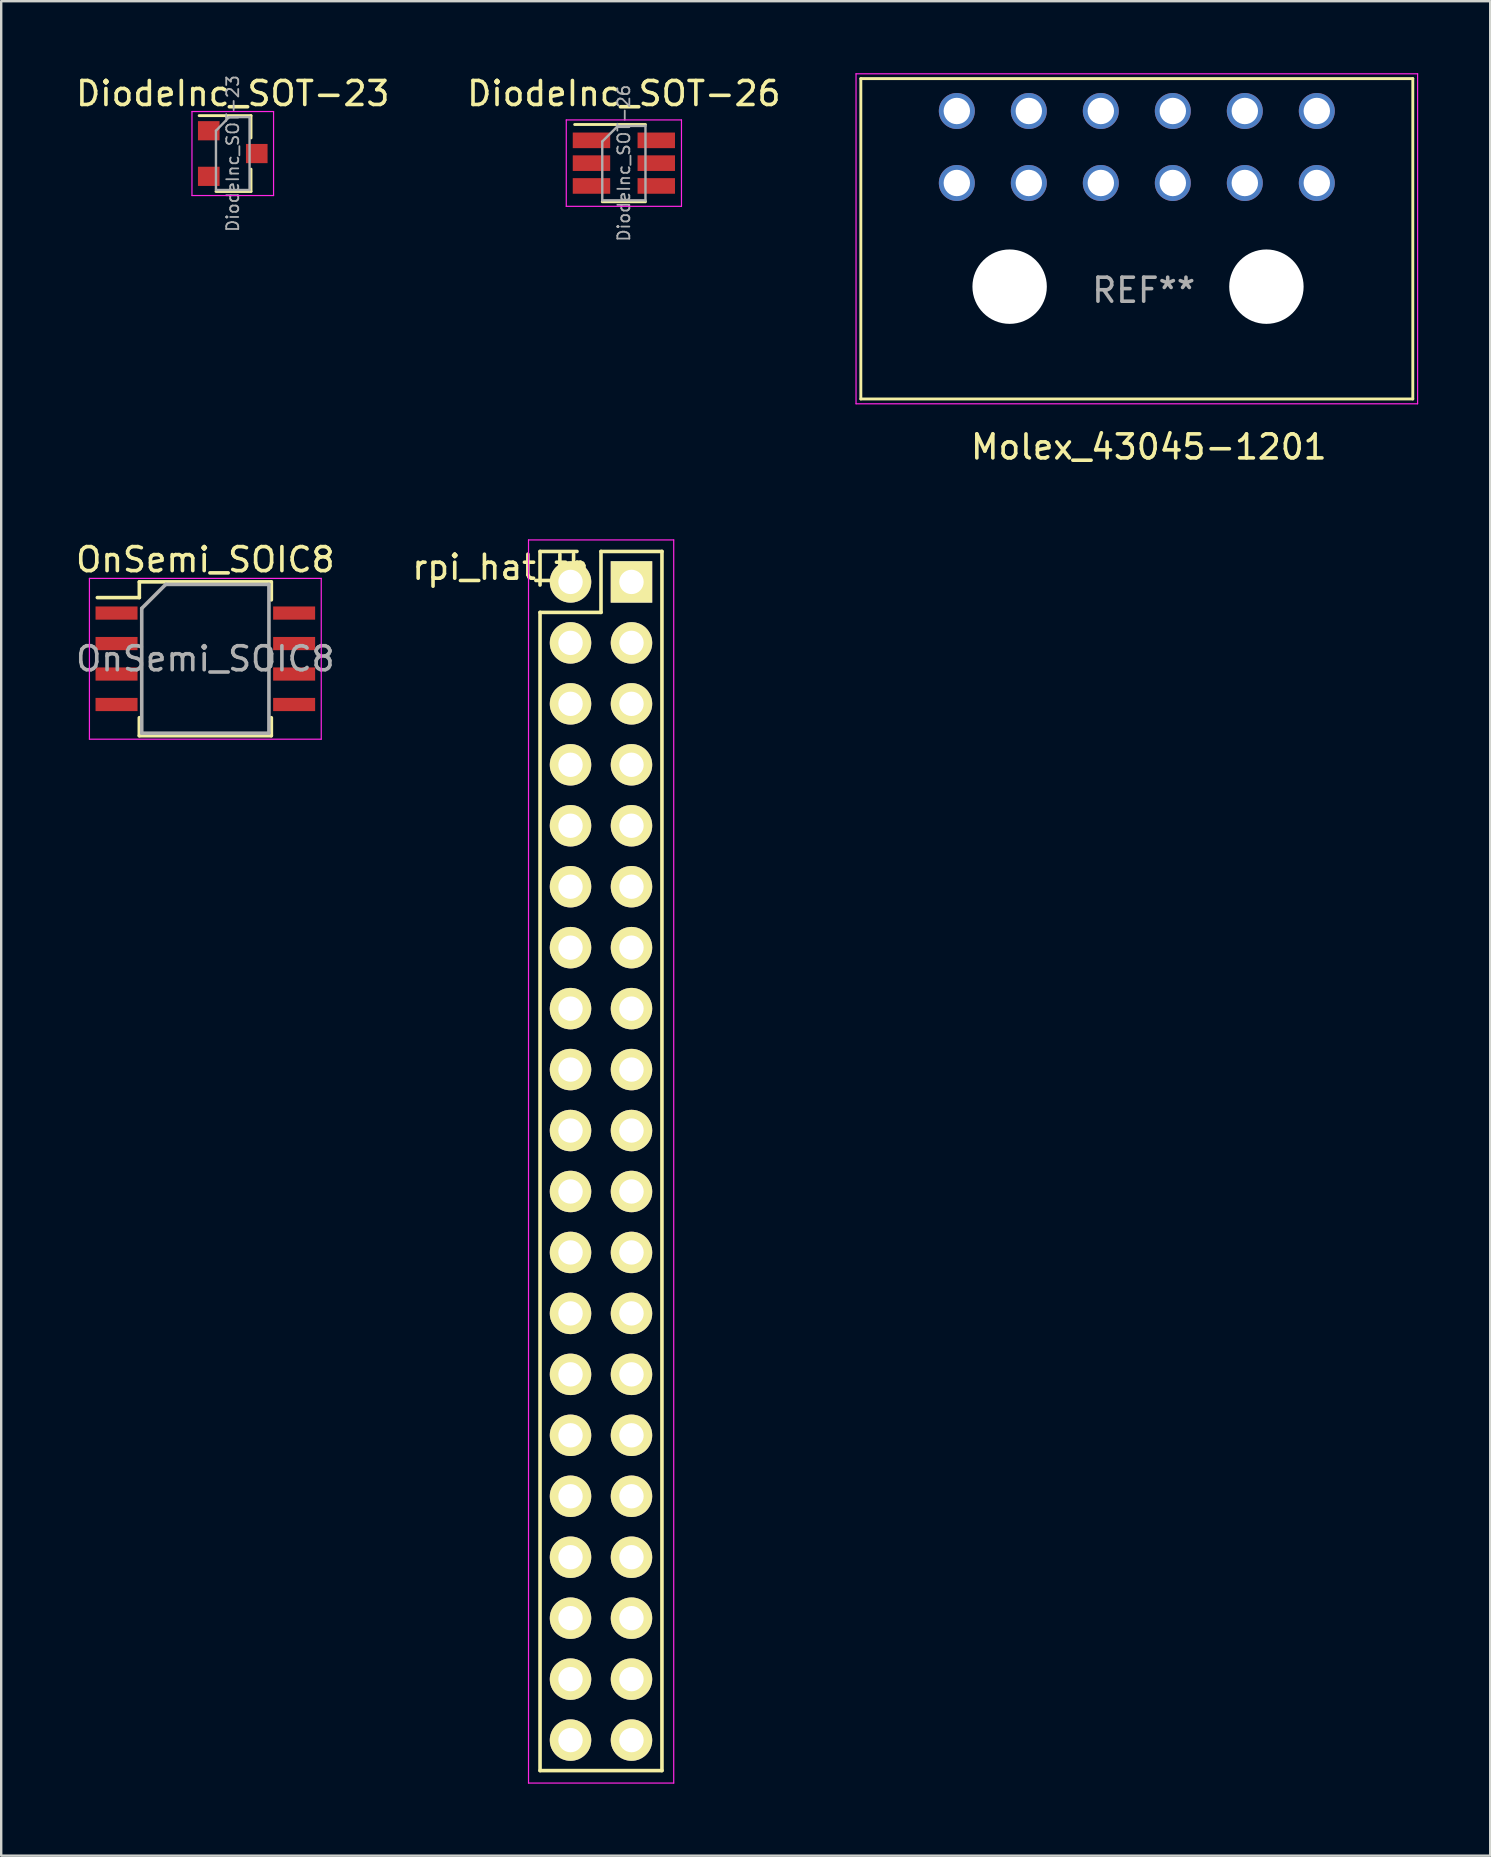
<source format=kicad_pcb>
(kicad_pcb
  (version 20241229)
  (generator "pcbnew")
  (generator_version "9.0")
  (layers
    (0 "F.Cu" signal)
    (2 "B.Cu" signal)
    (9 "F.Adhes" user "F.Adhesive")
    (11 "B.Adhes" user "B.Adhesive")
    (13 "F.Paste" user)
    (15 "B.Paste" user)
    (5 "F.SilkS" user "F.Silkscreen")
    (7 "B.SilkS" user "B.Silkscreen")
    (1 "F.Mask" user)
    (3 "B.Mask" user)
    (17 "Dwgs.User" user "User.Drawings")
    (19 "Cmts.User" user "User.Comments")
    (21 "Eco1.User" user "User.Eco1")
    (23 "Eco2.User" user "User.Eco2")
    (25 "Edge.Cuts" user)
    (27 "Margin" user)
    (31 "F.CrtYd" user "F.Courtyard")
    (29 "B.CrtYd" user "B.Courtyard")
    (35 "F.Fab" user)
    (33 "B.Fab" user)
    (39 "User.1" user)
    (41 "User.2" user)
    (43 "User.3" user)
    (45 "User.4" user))
  (footprint "rpi_hat_th"
    (layer "F.Cu")
    (at 21.993 45.328)
    (property "Reference" "rpi_hat_th" (at -4.166 -24.74 180) (layer "F.SilkS") (effects (font (size 1 1) (thickness 0.15))))
    (attr through_hole)
    (fp_line (start -2.54 -25.4) (end -2.54 -24) (stroke (width 0.15) (type solid)) (layer "F.SilkS"))
    (fp_line (start -2.54 -22.86) (end -2.54 25.4) (stroke (width 0.15) (type solid)) (layer "F.SilkS"))
    (fp_line (start -1 -25.4) (end -2.54 -25.4) (stroke (width 0.15) (type solid)) (layer "F.SilkS"))
    (fp_line (start 0 -25.4) (end 0 -22.86) (stroke (width 0.15) (type solid)) (layer "F.SilkS"))
    (fp_line (start 0 -22.86) (end -2.54 -22.86) (stroke (width 0.15) (type solid)) (layer "F.SilkS"))
    (fp_line (start 2.54 -25.4) (end 0 -25.4) (stroke (width 0.15) (type solid)) (layer "F.SilkS"))
    (fp_line (start 2.54 25.4) (end -2.54 25.4) (stroke (width 0.15) (type solid)) (layer "F.SilkS"))
    (fp_line (start 2.54 25.4) (end 2.54 -25.4) (stroke (width 0.15) (type solid)) (layer "F.SilkS"))
    (fp_line (start -3.02 -25.88) (end -3.02 25.92) (stroke (width 0.05) (type solid)) (layer "F.CrtYd"))
    (fp_line (start -3.02 -25.88) (end 3.03 -25.88) (stroke (width 0.05) (type solid)) (layer "F.CrtYd"))
    (fp_line (start -3.02 25.92) (end 3.03 25.92) (stroke (width 0.05) (type solid)) (layer "F.CrtYd"))
    (fp_line (start 3.03 -25.88) (end 3.03 25.92) (stroke (width 0.05) (type solid)) (layer "F.CrtYd"))
    (pad "1" thru_hole rect (at 1.27 -24.13) (size 1.727 1.727) (drill 1.016) (layers "*.Cu" "*.Mask" "F.SilkS"))
    (pad "2" thru_hole oval (at -1.27 -24.13) (size 1.727 1.727) (drill 1.016) (layers "*.Cu" "*.Mask" "F.SilkS"))
    (pad "3" thru_hole oval (at 1.27 -21.59) (size 1.727 1.727) (drill 1.016) (layers "*.Cu" "*.Mask" "F.SilkS"))
    (pad "4" thru_hole oval (at -1.27 -21.59) (size 1.727 1.727) (drill 1.016) (layers "*.Cu" "*.Mask" "F.SilkS"))
    (pad "5" thru_hole oval (at 1.27 -19.05) (size 1.727 1.727) (drill 1.016) (layers "*.Cu" "*.Mask" "F.SilkS"))
    (pad "6" thru_hole oval (at -1.27 -19.05) (size 1.727 1.727) (drill 1.016) (layers "*.Cu" "*.Mask" "F.SilkS"))
    (pad "7" thru_hole oval (at 1.27 -16.51) (size 1.727 1.727) (drill 1.016) (layers "*.Cu" "*.Mask" "F.SilkS"))
    (pad "8" thru_hole oval (at -1.27 -16.51) (size 1.727 1.727) (drill 1.016) (layers "*.Cu" "*.Mask" "F.SilkS"))
    (pad "9" thru_hole oval (at 1.27 -13.97) (size 1.727 1.727) (drill 1.016) (layers "*.Cu" "*.Mask" "F.SilkS"))
    (pad "10" thru_hole oval (at -1.27 -13.97) (size 1.727 1.727) (drill 1.016) (layers "*.Cu" "*.Mask" "F.SilkS"))
    (pad "11" thru_hole oval (at 1.27 -11.43) (size 1.727 1.727) (drill 1.016) (layers "*.Cu" "*.Mask" "F.SilkS"))
    (pad "12" thru_hole oval (at -1.27 -11.43) (size 1.727 1.727) (drill 1.016) (layers "*.Cu" "*.Mask" "F.SilkS"))
    (pad "13" thru_hole oval (at 1.27 -8.89) (size 1.727 1.727) (drill 1.016) (layers "*.Cu" "*.Mask" "F.SilkS"))
    (pad "14" thru_hole oval (at -1.27 -8.89) (size 1.727 1.727) (drill 1.016) (layers "*.Cu" "*.Mask" "F.SilkS"))
    (pad "15" thru_hole oval (at 1.27 -6.35) (size 1.727 1.727) (drill 1.016) (layers "*.Cu" "*.Mask" "F.SilkS"))
    (pad "16" thru_hole oval (at -1.27 -6.35) (size 1.727 1.727) (drill 1.016) (layers "*.Cu" "*.Mask" "F.SilkS"))
    (pad "17" thru_hole oval (at 1.27 -3.81) (size 1.727 1.727) (drill 1.016) (layers "*.Cu" "*.Mask" "F.SilkS"))
    (pad "18" thru_hole oval (at -1.27 -3.81) (size 1.727 1.727) (drill 1.016) (layers "*.Cu" "*.Mask" "F.SilkS"))
    (pad "19" thru_hole oval (at 1.27 -1.27) (size 1.727 1.727) (drill 1.016) (layers "*.Cu" "*.Mask" "F.SilkS"))
    (pad "20" thru_hole oval (at -1.27 -1.27) (size 1.727 1.727) (drill 1.016) (layers "*.Cu" "*.Mask" "F.SilkS"))
    (pad "21" thru_hole oval (at 1.27 1.27) (size 1.727 1.727) (drill 1.016) (layers "*.Cu" "*.Mask" "F.SilkS"))
    (pad "22" thru_hole oval (at -1.27 1.27) (size 1.727 1.727) (drill 1.016) (layers "*.Cu" "*.Mask" "F.SilkS"))
    (pad "23" thru_hole oval (at 1.27 3.81) (size 1.727 1.727) (drill 1.016) (layers "*.Cu" "*.Mask" "F.SilkS"))
    (pad "24" thru_hole oval (at -1.27 3.81) (size 1.727 1.727) (drill 1.016) (layers "*.Cu" "*.Mask" "F.SilkS"))
    (pad "25" thru_hole oval (at 1.27 6.35) (size 1.727 1.727) (drill 1.016) (layers "*.Cu" "*.Mask" "F.SilkS"))
    (pad "26" thru_hole oval (at -1.27 6.35) (size 1.727 1.727) (drill 1.016) (layers "*.Cu" "*.Mask" "F.SilkS"))
    (pad "27" thru_hole oval (at 1.27 8.89) (size 1.727 1.727) (drill 1.016) (layers "*.Cu" "*.Mask" "F.SilkS"))
    (pad "28" thru_hole oval (at -1.27 8.89) (size 1.727 1.727) (drill 1.016) (layers "*.Cu" "*.Mask" "F.SilkS"))
    (pad "29" thru_hole oval (at 1.27 11.43) (size 1.727 1.727) (drill 1.016) (layers "*.Cu" "*.Mask" "F.SilkS"))
    (pad "30" thru_hole oval (at -1.27 11.43) (size 1.727 1.727) (drill 1.016) (layers "*.Cu" "*.Mask" "F.SilkS"))
    (pad "31" thru_hole oval (at 1.27 13.97) (size 1.727 1.727) (drill 1.016) (layers "*.Cu" "*.Mask" "F.SilkS"))
    (pad "32" thru_hole oval (at -1.27 13.97) (size 1.727 1.727) (drill 1.016) (layers "*.Cu" "*.Mask" "F.SilkS"))
    (pad "33" thru_hole oval (at 1.27 16.51) (size 1.727 1.727) (drill 1.016) (layers "*.Cu" "*.Mask" "F.SilkS"))
    (pad "34" thru_hole oval (at -1.27 16.51) (size 1.727 1.727) (drill 1.016) (layers "*.Cu" "*.Mask" "F.SilkS"))
    (pad "35" thru_hole oval (at 1.27 19.05) (size 1.727 1.727) (drill 1.016) (layers "*.Cu" "*.Mask" "F.SilkS"))
    (pad "36" thru_hole oval (at -1.27 19.05) (size 1.727 1.727) (drill 1.016) (layers "*.Cu" "*.Mask" "F.SilkS"))
    (pad "37" thru_hole oval (at 1.27 21.59) (size 1.727 1.727) (drill 1.016) (layers "*.Cu" "*.Mask" "F.SilkS"))
    (pad "38" thru_hole oval (at -1.27 21.59) (size 1.727 1.727) (drill 1.016) (layers "*.Cu" "*.Mask" "F.SilkS"))
    (pad "39" thru_hole oval (at 1.27 24.13) (size 1.727 1.727) (drill 1.016) (layers "*.Cu" "*.Mask" "F.SilkS"))
    (pad "40" thru_hole oval (at -1.27 24.13) (size 1.727 1.727) (drill 1.016) (layers "*.Cu" "*.Mask" "F.SilkS")))
  (footprint "OnSemi_SOIC8"
    (layer "F.Cu")
    (at 5.506 24.401)
    (property "Reference" "OnSemi_SOIC8" (at 0 -4.13 0) (layer "F.SilkS") (effects (font (size 1 1) (thickness 0.15))))
    (attr smd)
    (fp_line (start -2.75 -3.205) (end -2.75 -2.55) (stroke (width 0.15) (type solid)) (layer "F.SilkS"))
    (fp_line (start -2.75 -3.205) (end 2.75 -3.205) (stroke (width 0.15) (type solid)) (layer "F.SilkS"))
    (fp_line (start -2.75 -2.55) (end -4.5 -2.55) (stroke (width 0.15) (type solid)) (layer "F.SilkS"))
    (fp_line (start -2.75 3.205) (end -2.75 2.455) (stroke (width 0.15) (type solid)) (layer "F.SilkS"))
    (fp_line (start -2.75 3.205) (end 2.75 3.205) (stroke (width 0.15) (type solid)) (layer "F.SilkS"))
    (fp_line (start 2.75 -3.205) (end 2.75 -2.455) (stroke (width 0.15) (type solid)) (layer "F.SilkS"))
    (fp_line (start 2.75 3.205) (end 2.75 2.455) (stroke (width 0.15) (type solid)) (layer "F.SilkS"))
    (fp_line (start -4.83 -3.35) (end -4.83 3.35) (stroke (width 0.05) (type solid)) (layer "F.CrtYd"))
    (fp_line (start -4.83 -3.35) (end 4.83 -3.35) (stroke (width 0.05) (type solid)) (layer "F.CrtYd"))
    (fp_line (start -4.83 3.35) (end 4.83 3.35) (stroke (width 0.05) (type solid)) (layer "F.CrtYd"))
    (fp_line (start 4.83 -3.35) (end 4.83 3.35) (stroke (width 0.05) (type solid)) (layer "F.CrtYd"))
    (fp_line (start -2.65 -2.1) (end -1.65 -3.1) (stroke (width 0.15) (type solid)) (layer "F.Fab"))
    (fp_line (start -2.65 3.1) (end -2.65 -2.1) (stroke (width 0.15) (type solid)) (layer "F.Fab"))
    (fp_line (start -1.65 -3.1) (end 2.65 -3.1) (stroke (width 0.15) (type solid)) (layer "F.Fab"))
    (fp_line (start 2.65 -3.1) (end 2.65 3.1) (stroke (width 0.15) (type solid)) (layer "F.Fab"))
    (fp_line (start 2.65 3.1) (end -2.65 3.1) (stroke (width 0.15) (type solid)) (layer "F.Fab"))
    (fp_text user "${REFERENCE}" (at 0 0 0) (layer "F.Fab") (effects (font (size 1 1) (thickness 0.15))))
    (pad "1" smd rect (at -3.7 -1.905) (size 1.75 0.55) (layers "F.Cu" "F.Mask" "F.Paste"))
    (pad "2" smd rect (at -3.7 -0.635) (size 1.75 0.55) (layers "F.Cu" "F.Mask" "F.Paste"))
    (pad "3" smd rect (at -3.7 0.635) (size 1.75 0.55) (layers "F.Cu" "F.Mask" "F.Paste"))
    (pad "4" smd rect (at -3.7 1.905) (size 1.75 0.55) (layers "F.Cu" "F.Mask" "F.Paste"))
    (pad "5" smd rect (at 3.7 1.905) (size 1.75 0.55) (layers "F.Cu" "F.Mask" "F.Paste"))
    (pad "6" smd rect (at 3.7 0.635) (size 1.75 0.55) (layers "F.Cu" "F.Mask" "F.Paste"))
    (pad "7" smd rect (at 3.7 -0.635) (size 1.75 0.55) (layers "F.Cu" "F.Mask" "F.Paste"))
    (pad "8" smd rect (at 3.7 -1.905) (size 1.75 0.55) (layers "F.Cu" "F.Mask" "F.Paste")))
  (footprint "DiodeInc_SOT-23"
    (layer "F.Cu")
    (at 6.649 3.348)
    (property "Reference" "DiodeInc_SOT-23" (at 0 -2.5 0) (layer "F.SilkS") (effects (font (size 1 1) (thickness 0.15))))
    (attr smd)
    (fp_line (start 0.76 -1.58) (end -1.4 -1.58) (stroke (width 0.12) (type solid)) (layer "F.SilkS"))
    (fp_line (start 0.76 -1.58) (end 0.76 -0.65) (stroke (width 0.12) (type solid)) (layer "F.SilkS"))
    (fp_line (start 0.76 1.58) (end -0.7 1.58) (stroke (width 0.12) (type solid)) (layer "F.SilkS"))
    (fp_line (start 0.76 1.58) (end 0.76 0.65) (stroke (width 0.12) (type solid)) (layer "F.SilkS"))
    (fp_line (start -1.7 -1.75) (end 1.7 -1.75) (stroke (width 0.05) (type solid)) (layer "F.CrtYd"))
    (fp_line (start -1.7 1.75) (end -1.7 -1.75) (stroke (width 0.05) (type solid)) (layer "F.CrtYd"))
    (fp_line (start 1.7 -1.75) (end 1.7 1.75) (stroke (width 0.05) (type solid)) (layer "F.CrtYd"))
    (fp_line (start 1.7 1.75) (end -1.7 1.75) (stroke (width 0.05) (type solid)) (layer "F.CrtYd"))
    (fp_line (start -0.7 -0.95) (end -0.7 1.5) (stroke (width 0.1) (type solid)) (layer "F.Fab"))
    (fp_line (start -0.7 -0.95) (end -0.15 -1.52) (stroke (width 0.1) (type solid)) (layer "F.Fab"))
    (fp_line (start -0.7 1.52) (end 0.7 1.52) (stroke (width 0.1) (type solid)) (layer "F.Fab"))
    (fp_line (start -0.15 -1.52) (end 0.7 -1.52) (stroke (width 0.1) (type solid)) (layer "F.Fab"))
    (fp_line (start 0.7 -1.52) (end 0.7 1.52) (stroke (width 0.1) (type solid)) (layer "F.Fab"))
    (fp_text user "${REFERENCE}" (at 0 0 90) (layer "F.Fab") (effects (font (size 0.5 0.5) (thickness 0.075))))
    (pad "1" smd rect (at -1 -0.95) (size 0.9 0.8) (layers "F.Cu" "F.Mask" "F.Paste"))
    (pad "2" smd rect (at -1 0.95) (size 0.9 0.8) (layers "F.Cu" "F.Mask" "F.Paste"))
    (pad "3" smd rect (at 1 0) (size 0.9 0.8) (layers "F.Cu" "F.Mask" "F.Paste")))
  (footprint "DiodeInc_SOT-26"
    (layer "F.Cu")
    (at 22.946 3.748)
    (property "Reference" "DiodeInc_SOT-26" (at 0 -2.9 0) (layer "F.SilkS") (effects (font (size 1 1) (thickness 0.15))))
    (attr smd)
    (fp_line (start -0.9 1.61) (end 0.9 1.61) (stroke (width 0.12) (type solid)) (layer "F.SilkS"))
    (fp_line (start 0.9 -1.61) (end -2.05 -1.61) (stroke (width 0.12) (type solid)) (layer "F.SilkS"))
    (fp_line (start -2.4 -1.8) (end 2.4 -1.8) (stroke (width 0.05) (type solid)) (layer "F.CrtYd"))
    (fp_line (start -2.4 1.8) (end -2.4 -1.8) (stroke (width 0.05) (type solid)) (layer "F.CrtYd"))
    (fp_line (start 2.4 -1.8) (end 2.4 1.8) (stroke (width 0.05) (type solid)) (layer "F.CrtYd"))
    (fp_line (start 2.4 1.8) (end -2.4 1.8) (stroke (width 0.05) (type solid)) (layer "F.CrtYd"))
    (fp_line (start -0.9 -0.9) (end -0.9 1.55) (stroke (width 0.1) (type solid)) (layer "F.Fab"))
    (fp_line (start -0.9 -0.9) (end -0.25 -1.55) (stroke (width 0.1) (type solid)) (layer "F.Fab"))
    (fp_line (start 0.9 -1.55) (end -0.25 -1.55) (stroke (width 0.1) (type solid)) (layer "F.Fab"))
    (fp_line (start 0.9 -1.55) (end 0.9 1.55) (stroke (width 0.1) (type solid)) (layer "F.Fab"))
    (fp_line (start 0.9 1.55) (end -0.9 1.55) (stroke (width 0.1) (type solid)) (layer "F.Fab"))
    (fp_text user "${REFERENCE}" (at 0 0 90) (layer "F.Fab") (effects (font (size 0.5 0.5) (thickness 0.075))))
    (pad "1" smd rect (at -1.35 -0.95) (size 1.56 0.65) (layers "F.Cu" "F.Mask" "F.Paste"))
    (pad "2" smd rect (at -1.35 0) (size 1.56 0.65) (layers "F.Cu" "F.Mask" "F.Paste"))
    (pad "3" smd rect (at -1.35 0.95) (size 1.56 0.65) (layers "F.Cu" "F.Mask" "F.Paste"))
    (pad "4" smd rect (at 1.35 0.95) (size 1.56 0.65) (layers "F.Cu" "F.Mask" "F.Paste"))
    (pad "5" smd rect (at 1.35 0) (size 1.56 0.65) (layers "F.Cu" "F.Mask" "F.Paste"))
    (pad "6" smd rect (at 1.35 -0.95) (size 1.56 0.65) (layers "F.Cu" "F.Mask" "F.Paste")))
  (footprint "Molex_43045-1201"
    (layer "F.Cu")
    (at 51.82 4.575)
    (property "Reference" "Molex_43045-1201" (at -7 11 0) (layer "F.SilkS") (effects (font (size 1 1) (thickness 0.15))))
    (attr through_hole)
    (fp_line (start -19 -4.35) (end 4 -4.35) (stroke (width 0.12) (type solid)) (layer "F.SilkS"))
    (fp_line (start -19 9) (end -19 -4.35) (stroke (width 0.12) (type solid)) (layer "F.SilkS"))
    (fp_line (start 4 -4.35) (end 4 9) (stroke (width 0.12) (type solid)) (layer "F.SilkS"))
    (fp_line (start 4 9) (end -19 9) (stroke (width 0.12) (type solid)) (layer "F.SilkS"))
    (fp_line (start -19.2 -4.55) (end -19.2 9.2) (stroke (width 0.05) (type solid)) (layer "F.CrtYd"))
    (fp_line (start -19.2 9.2) (end 4.2 9.2) (stroke (width 0.05) (type solid)) (layer "F.CrtYd"))
    (fp_line (start 4.2 -4.55) (end -19.2 -4.55) (stroke (width 0.05) (type solid)) (layer "F.CrtYd"))
    (fp_line (start 4.2 9.2) (end 4.2 -4.55) (stroke (width 0.05) (type solid)) (layer "F.CrtYd"))
    (fp_text user "REF**" (at -7.214 4.47 0) (layer "F.Fab") (effects (font (size 1 1) (thickness 0.15))))
    (pad "" np_thru_hole circle (at -12.8 4.32) (size 3.1 3.1) (drill 3.1) (layers "*.Cu" "*.Mask"))
    (pad "" np_thru_hole circle (at -2.1 4.32) (size 3.1 3.1) (drill 3.1) (layers "*.Cu" "*.Mask"))
    (pad "1" thru_hole circle (at 0 0) (size 1.5 1.5) (drill 1.1) (layers "*.Cu" "*.Mask"))
    (pad "2" thru_hole circle (at -3 0) (size 1.5 1.5) (drill 1.1) (layers "*.Cu" "*.Mask"))
    (pad "3" thru_hole circle (at -6 0) (size 1.5 1.5) (drill 1.1) (layers "*.Cu" "*.Mask"))
    (pad "4" thru_hole circle (at -9 0) (size 1.5 1.5) (drill 1.1) (layers "*.Cu" "*.Mask"))
    (pad "5" thru_hole circle (at -12 0) (size 1.5 1.5) (drill 1.1) (layers "*.Cu" "*.Mask"))
    (pad "6" thru_hole circle (at -15 0) (size 1.5 1.5) (drill 1.1) (layers "*.Cu" "*.Mask"))
    (pad "7" thru_hole circle (at 0 -3) (size 1.5 1.5) (drill 1.1) (layers "*.Cu" "*.Mask"))
    (pad "8" thru_hole circle (at -3 -3) (size 1.5 1.5) (drill 1.1) (layers "*.Cu" "*.Mask"))
    (pad "9" thru_hole circle (at -6 -3) (size 1.5 1.5) (drill 1.1) (layers "*.Cu" "*.Mask"))
    (pad "10" thru_hole circle (at -9 -3) (size 1.5 1.5) (drill 1.1) (layers "*.Cu" "*.Mask"))
    (pad "11" thru_hole circle (at -12 -3) (size 1.5 1.5) (drill 1.1) (layers "*.Cu" "*.Mask"))
    (pad "12" thru_hole circle (at -15 -3) (size 1.5 1.5) (drill 1.1) (layers "*.Cu" "*.Mask")))
  (gr_rect
    (start -3 -3)
    (end 59.045 74.273)
    (stroke (width 0.1) (type default))
    (fill no)
    (layer "Edge.Cuts")))
</source>
